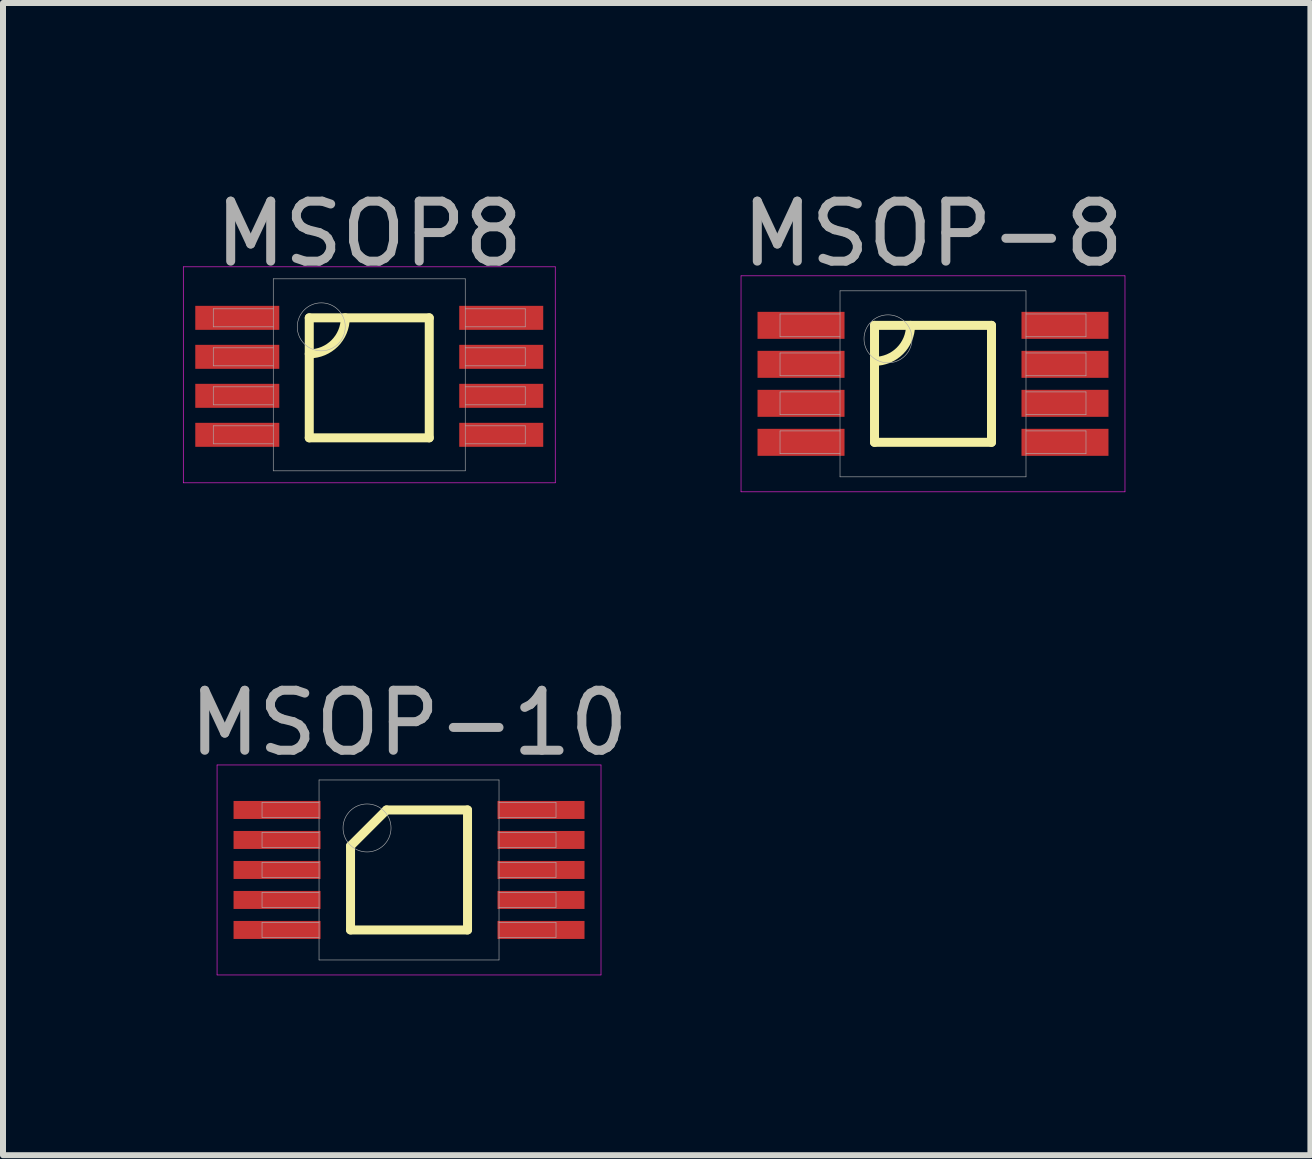
<source format=kicad_pcb>
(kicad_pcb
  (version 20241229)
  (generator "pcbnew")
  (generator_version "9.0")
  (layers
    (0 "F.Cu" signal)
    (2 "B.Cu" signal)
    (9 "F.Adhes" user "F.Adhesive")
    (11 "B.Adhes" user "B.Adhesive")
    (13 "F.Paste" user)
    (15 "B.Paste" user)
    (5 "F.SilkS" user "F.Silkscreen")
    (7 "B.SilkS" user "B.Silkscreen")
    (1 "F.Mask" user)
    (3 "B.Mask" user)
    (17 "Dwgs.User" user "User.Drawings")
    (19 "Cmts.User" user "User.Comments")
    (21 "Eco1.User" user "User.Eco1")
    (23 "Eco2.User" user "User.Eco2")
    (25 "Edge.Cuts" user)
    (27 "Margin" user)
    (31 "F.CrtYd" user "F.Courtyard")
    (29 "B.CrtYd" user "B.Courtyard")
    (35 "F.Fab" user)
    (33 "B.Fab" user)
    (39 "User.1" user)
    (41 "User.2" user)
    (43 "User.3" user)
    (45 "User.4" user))
  (footprint "MSOP-10"
    (layer "F.Cu")
    (at 3.768 11.451)
    (property "Reference" "MSOP-10" (at 0 -2.45 0) (layer "F.Fab") (effects (font (size 1 1) (thickness 0.15))))
    (attr smd)
    (fp_line (start -0.975 -0.4) (end -0.375 -1) (stroke (width 0.15) (type solid)) (layer "F.SilkS"))
    (fp_line (start -0.975 1) (end -0.975 -0.4) (stroke (width 0.15) (type solid)) (layer "F.SilkS"))
    (fp_line (start -0.375 -1) (end 0.975 -1) (stroke (width 0.15) (type solid)) (layer "F.SilkS"))
    (fp_line (start 0.975 -1) (end 0.975 1) (stroke (width 0.15) (type solid)) (layer "F.SilkS"))
    (fp_line (start 0.975 1) (end -0.975 1) (stroke (width 0.15) (type solid)) (layer "F.SilkS"))
    (fp_line (start -3.2 -1.75) (end 3.2 -1.75) (stroke (width 0.01) (type solid)) (layer "F.CrtYd"))
    (fp_line (start -3.2 1.75) (end -3.2 -1.75) (stroke (width 0.01) (type solid)) (layer "F.CrtYd"))
    (fp_line (start 3.2 -1.75) (end 3.2 1.75) (stroke (width 0.01) (type solid)) (layer "F.CrtYd"))
    (fp_line (start 3.2 1.75) (end -3.2 1.75) (stroke (width 0.01) (type solid)) (layer "F.CrtYd"))
    (fp_line (start -2.45 -1.125) (end -1.5 -1.125) (stroke (width 0.01) (type solid)) (layer "F.Fab"))
    (fp_line (start -2.45 -0.875) (end -2.45 -1.125) (stroke (width 0.01) (type solid)) (layer "F.Fab"))
    (fp_line (start -2.45 -0.625) (end -1.5 -0.625) (stroke (width 0.01) (type solid)) (layer "F.Fab"))
    (fp_line (start -2.45 -0.375) (end -2.45 -0.625) (stroke (width 0.01) (type solid)) (layer "F.Fab"))
    (fp_line (start -2.45 -0.125) (end -1.5 -0.125) (stroke (width 0.01) (type solid)) (layer "F.Fab"))
    (fp_line (start -2.45 0.125) (end -2.45 -0.125) (stroke (width 0.01) (type solid)) (layer "F.Fab"))
    (fp_line (start -2.45 0.375) (end -1.5 0.375) (stroke (width 0.01) (type solid)) (layer "F.Fab"))
    (fp_line (start -2.45 0.625) (end -2.45 0.375) (stroke (width 0.01) (type solid)) (layer "F.Fab"))
    (fp_line (start -2.45 0.875) (end -1.5 0.875) (stroke (width 0.01) (type solid)) (layer "F.Fab"))
    (fp_line (start -2.45 1.125) (end -2.45 0.875) (stroke (width 0.01) (type solid)) (layer "F.Fab"))
    (fp_line (start -1.5 -1.5) (end 1.5 -1.5) (stroke (width 0.01) (type solid)) (layer "F.Fab"))
    (fp_line (start -1.5 -0.875) (end -2.45 -0.875) (stroke (width 0.01) (type solid)) (layer "F.Fab"))
    (fp_line (start -1.5 -0.375) (end -2.45 -0.375) (stroke (width 0.01) (type solid)) (layer "F.Fab"))
    (fp_line (start -1.5 0.125) (end -2.45 0.125) (stroke (width 0.01) (type solid)) (layer "F.Fab"))
    (fp_line (start -1.5 0.625) (end -2.45 0.625) (stroke (width 0.01) (type solid)) (layer "F.Fab"))
    (fp_line (start -1.5 1.125) (end -2.45 1.125) (stroke (width 0.01) (type solid)) (layer "F.Fab"))
    (fp_line (start -1.5 1.5) (end -1.5 -1.5) (stroke (width 0.01) (type solid)) (layer "F.Fab"))
    (fp_line (start 1.5 -1.5) (end 1.5 1.5) (stroke (width 0.01) (type solid)) (layer "F.Fab"))
    (fp_line (start 1.5 -1.125) (end 2.45 -1.125) (stroke (width 0.01) (type solid)) (layer "F.Fab"))
    (fp_line (start 1.5 -0.625) (end 2.45 -0.625) (stroke (width 0.01) (type solid)) (layer "F.Fab"))
    (fp_line (start 1.5 -0.125) (end 2.45 -0.125) (stroke (width 0.01) (type solid)) (layer "F.Fab"))
    (fp_line (start 1.5 0.375) (end 2.45 0.375) (stroke (width 0.01) (type solid)) (layer "F.Fab"))
    (fp_line (start 1.5 0.875) (end 2.45 0.875) (stroke (width 0.01) (type solid)) (layer "F.Fab"))
    (fp_line (start 1.5 1.5) (end -1.5 1.5) (stroke (width 0.01) (type solid)) (layer "F.Fab"))
    (fp_line (start 2.45 -1.125) (end 2.45 -0.875) (stroke (width 0.01) (type solid)) (layer "F.Fab"))
    (fp_line (start 2.45 -0.875) (end 1.5 -0.875) (stroke (width 0.01) (type solid)) (layer "F.Fab"))
    (fp_line (start 2.45 -0.625) (end 2.45 -0.375) (stroke (width 0.01) (type solid)) (layer "F.Fab"))
    (fp_line (start 2.45 -0.375) (end 1.5 -0.375) (stroke (width 0.01) (type solid)) (layer "F.Fab"))
    (fp_line (start 2.45 -0.125) (end 2.45 0.125) (stroke (width 0.01) (type solid)) (layer "F.Fab"))
    (fp_line (start 2.45 0.125) (end 1.5 0.125) (stroke (width 0.01) (type solid)) (layer "F.Fab"))
    (fp_line (start 2.45 0.375) (end 2.45 0.625) (stroke (width 0.01) (type solid)) (layer "F.Fab"))
    (fp_line (start 2.45 0.625) (end 1.5 0.625) (stroke (width 0.01) (type solid)) (layer "F.Fab"))
    (fp_line (start 2.45 0.875) (end 2.45 1.125) (stroke (width 0.01) (type solid)) (layer "F.Fab"))
    (fp_line (start 2.45 1.125) (end 1.5 1.125) (stroke (width 0.01) (type solid)) (layer "F.Fab"))
    (fp_circle (center -0.7 -0.7) (end -0.7 -0.3) (stroke (width 0.01) (type solid)) (fill no) (layer "F.Fab"))
    (pad "1" smd rect (at -2.2 -1) (size 1.45 0.3) (layers "F.Cu" "F.Mask" "F.Paste"))
    (pad "2" smd rect (at -2.2 -0.5) (size 1.45 0.3) (layers "F.Cu" "F.Mask" "F.Paste"))
    (pad "3" smd rect (at -2.2 0) (size 1.45 0.3) (layers "F.Cu" "F.Mask" "F.Paste"))
    (pad "4" smd rect (at -2.2 0.5) (size 1.45 0.3) (layers "F.Cu" "F.Mask" "F.Paste"))
    (pad "5" smd rect (at -2.2 1) (size 1.45 0.3) (layers "F.Cu" "F.Mask" "F.Paste"))
    (pad "6" smd rect (at 2.2 1) (size 1.45 0.3) (layers "F.Cu" "F.Mask" "F.Paste"))
    (pad "7" smd rect (at 2.2 0.5) (size 1.45 0.3) (layers "F.Cu" "F.Mask" "F.Paste"))
    (pad "8" smd rect (at 2.2 0) (size 1.45 0.3) (layers "F.Cu" "F.Mask" "F.Paste"))
    (pad "9" smd rect (at 2.2 -0.5) (size 1.45 0.3) (layers "F.Cu" "F.Mask" "F.Paste"))
    (pad "10" smd rect (at 2.2 -1) (size 1.45 0.3) (layers "F.Cu" "F.Mask" "F.Paste")))
  (footprint "MSOP8"
    (layer "F.Cu")
    (at 3.105 3.223)
    (property "Reference" "MSOP8" (at 0 -2.375 0) (layer "F.Fab") (effects (font (size 1 1) (thickness 0.15))))
    (attr through_hole)
    (fp_line (start -1 -0.975) (end 1 -0.975) (stroke (width 0.15) (type solid)) (layer "F.SilkS"))
    (fp_line (start -1 1.025) (end -1 -0.975) (stroke (width 0.15) (type solid)) (layer "F.SilkS"))
    (fp_line (start 1 -0.975) (end 1 1.025) (stroke (width 0.15) (type solid)) (layer "F.SilkS"))
    (fp_line (start 1 1.025) (end -1 1.025) (stroke (width 0.15) (type solid)) (layer "F.SilkS"))
    (fp_arc (start -0.4 -0.975) (mid -0.575736 -0.550736) (end -1 -0.375) (stroke (width 0.15) (type solid)) (layer "F.SilkS"))
    (fp_line (start -3.1 -1.825) (end 3.1 -1.825) (stroke (width 0.01) (type solid)) (layer "F.CrtYd"))
    (fp_line (start -3.1 1.775) (end -3.1 -1.825) (stroke (width 0.01) (type solid)) (layer "F.CrtYd"))
    (fp_line (start 3.1 -1.825) (end 3.1 1.775) (stroke (width 0.01) (type solid)) (layer "F.CrtYd"))
    (fp_line (start 3.1 1.775) (end -3.1 1.775) (stroke (width 0.01) (type solid)) (layer "F.CrtYd"))
    (fp_line (start -2.6 -1.125) (end -2.6 -0.825) (stroke (width 0.01) (type solid)) (layer "F.Fab"))
    (fp_line (start -2.6 -0.825) (end -1.6 -0.825) (stroke (width 0.01) (type solid)) (layer "F.Fab"))
    (fp_line (start -2.6 -0.475) (end -2.6 -0.175) (stroke (width 0.01) (type solid)) (layer "F.Fab"))
    (fp_line (start -2.6 -0.175) (end -1.6 -0.175) (stroke (width 0.01) (type solid)) (layer "F.Fab"))
    (fp_line (start -2.6 0.175) (end -2.6 0.475) (stroke (width 0.01) (type solid)) (layer "F.Fab"))
    (fp_line (start -2.6 0.475) (end -1.6 0.475) (stroke (width 0.01) (type solid)) (layer "F.Fab"))
    (fp_line (start -2.6 0.825) (end -2.6 1.125) (stroke (width 0.01) (type solid)) (layer "F.Fab"))
    (fp_line (start -2.6 1.125) (end -1.6 1.125) (stroke (width 0.01) (type solid)) (layer "F.Fab"))
    (fp_line (start -1.6 -1.625) (end -1.6 1.575) (stroke (width 0.01) (type solid)) (layer "F.Fab"))
    (fp_line (start -1.6 -1.125) (end -2.6 -1.125) (stroke (width 0.01) (type solid)) (layer "F.Fab"))
    (fp_line (start -1.6 -0.475) (end -2.6 -0.475) (stroke (width 0.01) (type solid)) (layer "F.Fab"))
    (fp_line (start -1.6 0.175) (end -2.6 0.175) (stroke (width 0.01) (type solid)) (layer "F.Fab"))
    (fp_line (start -1.6 0.825) (end -2.6 0.825) (stroke (width 0.01) (type solid)) (layer "F.Fab"))
    (fp_line (start -1.6 1.575) (end 1.6 1.575) (stroke (width 0.01) (type solid)) (layer "F.Fab"))
    (fp_line (start 1.6 -1.625) (end -1.6 -1.625) (stroke (width 0.01) (type solid)) (layer "F.Fab"))
    (fp_line (start 1.6 -0.825) (end 2.6 -0.825) (stroke (width 0.01) (type solid)) (layer "F.Fab"))
    (fp_line (start 1.6 -0.175) (end 2.6 -0.175) (stroke (width 0.01) (type solid)) (layer "F.Fab"))
    (fp_line (start 1.6 0.475) (end 2.6 0.475) (stroke (width 0.01) (type solid)) (layer "F.Fab"))
    (fp_line (start 1.6 1.125) (end 2.6 1.125) (stroke (width 0.01) (type solid)) (layer "F.Fab"))
    (fp_line (start 1.6 1.575) (end 1.6 -1.625) (stroke (width 0.01) (type solid)) (layer "F.Fab"))
    (fp_line (start 2.6 -1.125) (end 1.6 -1.125) (stroke (width 0.01) (type solid)) (layer "F.Fab"))
    (fp_line (start 2.6 -0.825) (end 2.6 -1.125) (stroke (width 0.01) (type solid)) (layer "F.Fab"))
    (fp_line (start 2.6 -0.475) (end 1.6 -0.475) (stroke (width 0.01) (type solid)) (layer "F.Fab"))
    (fp_line (start 2.6 -0.175) (end 2.6 -0.475) (stroke (width 0.01) (type solid)) (layer "F.Fab"))
    (fp_line (start 2.6 0.175) (end 1.6 0.175) (stroke (width 0.01) (type solid)) (layer "F.Fab"))
    (fp_line (start 2.6 0.475) (end 2.6 0.175) (stroke (width 0.01) (type solid)) (layer "F.Fab"))
    (fp_line (start 2.6 0.825) (end 1.6 0.825) (stroke (width 0.01) (type solid)) (layer "F.Fab"))
    (fp_line (start 2.6 1.125) (end 2.6 0.825) (stroke (width 0.01) (type solid)) (layer "F.Fab"))
    (fp_circle (center -0.8 -0.825) (end -0.8 -1.225) (stroke (width 0.01) (type solid)) (fill no) (layer "F.Fab"))
    (pad "1" smd rect (at -2.2 -0.975) (size 1.4 0.4) (layers "F.Cu" "F.Mask" "F.Paste"))
    (pad "2" smd rect (at -2.2 -0.325) (size 1.4 0.4) (layers "F.Cu" "F.Mask" "F.Paste"))
    (pad "3" smd rect (at -2.2 0.325) (size 1.4 0.4) (layers "F.Cu" "F.Mask" "F.Paste"))
    (pad "4" smd rect (at -2.2 0.975) (size 1.4 0.4) (layers "F.Cu" "F.Mask" "F.Paste"))
    (pad "5" smd rect (at 2.2 0.975) (size 1.4 0.4) (layers "F.Cu" "F.Mask" "F.Paste"))
    (pad "6" smd rect (at 2.2 0.325) (size 1.4 0.4) (layers "F.Cu" "F.Mask" "F.Paste"))
    (pad "7" smd rect (at 2.2 -0.325) (size 1.4 0.4) (layers "F.Cu" "F.Mask" "F.Paste"))
    (pad "8" smd rect (at 2.2 -0.975) (size 1.4 0.4) (layers "F.Cu" "F.Mask" "F.Paste")))
  (footprint "MSOP-8"
    (layer "F.Cu")
    (at 12.502 3.348)
    (property "Reference" "MSOP-8" (at 0 -2.5 0) (layer "F.Fab") (effects (font (size 1 1) (thickness 0.15))))
    (attr through_hole)
    (fp_line (start -0.975 -0.975) (end 0.975 -0.975) (stroke (width 0.15) (type solid)) (layer "F.SilkS"))
    (fp_line (start -0.975 0.975) (end -0.975 -0.975) (stroke (width 0.15) (type solid)) (layer "F.SilkS"))
    (fp_line (start 0.975 -0.975) (end 0.975 0.975) (stroke (width 0.15) (type solid)) (layer "F.SilkS"))
    (fp_line (start 0.975 0.975) (end -0.975 0.975) (stroke (width 0.15) (type solid)) (layer "F.SilkS"))
    (fp_arc (start -0.375 -0.975) (mid -0.550736 -0.550736) (end -0.975 -0.375) (stroke (width 0.15) (type solid)) (layer "F.SilkS"))
    (fp_line (start -3.2 -1.8) (end 3.2 -1.8) (stroke (width 0.01) (type solid)) (layer "F.CrtYd"))
    (fp_line (start -3.2 1.8) (end -3.2 -1.8) (stroke (width 0.01) (type solid)) (layer "F.CrtYd"))
    (fp_line (start 3.2 -1.8) (end 3.2 1.8) (stroke (width 0.01) (type solid)) (layer "F.CrtYd"))
    (fp_line (start 3.2 1.8) (end -3.2 1.8) (stroke (width 0.01) (type solid)) (layer "F.CrtYd"))
    (fp_line (start -2.55 -1.165) (end -1.55 -1.165) (stroke (width 0.01) (type solid)) (layer "F.Fab"))
    (fp_line (start -2.55 -0.785) (end -2.55 -1.165) (stroke (width 0.01) (type solid)) (layer "F.Fab"))
    (fp_line (start -2.55 -0.515) (end -1.55 -0.515) (stroke (width 0.01) (type solid)) (layer "F.Fab"))
    (fp_line (start -2.55 -0.135) (end -2.55 -0.515) (stroke (width 0.01) (type solid)) (layer "F.Fab"))
    (fp_line (start -2.55 0.135) (end -1.55 0.135) (stroke (width 0.01) (type solid)) (layer "F.Fab"))
    (fp_line (start -2.55 0.515) (end -2.55 0.135) (stroke (width 0.01) (type solid)) (layer "F.Fab"))
    (fp_line (start -2.55 0.785) (end -1.55 0.785) (stroke (width 0.01) (type solid)) (layer "F.Fab"))
    (fp_line (start -2.55 1.165) (end -2.55 0.785) (stroke (width 0.01) (type solid)) (layer "F.Fab"))
    (fp_line (start -1.55 -1.55) (end 1.55 -1.55) (stroke (width 0.01) (type solid)) (layer "F.Fab"))
    (fp_line (start -1.55 -0.785) (end -2.55 -0.785) (stroke (width 0.01) (type solid)) (layer "F.Fab"))
    (fp_line (start -1.55 -0.135) (end -2.55 -0.135) (stroke (width 0.01) (type solid)) (layer "F.Fab"))
    (fp_line (start -1.55 0.515) (end -2.55 0.515) (stroke (width 0.01) (type solid)) (layer "F.Fab"))
    (fp_line (start -1.55 1.165) (end -2.55 1.165) (stroke (width 0.01) (type solid)) (layer "F.Fab"))
    (fp_line (start -1.55 1.55) (end -1.55 -1.55) (stroke (width 0.01) (type solid)) (layer "F.Fab"))
    (fp_line (start 1.55 -1.55) (end 1.55 1.55) (stroke (width 0.01) (type solid)) (layer "F.Fab"))
    (fp_line (start 1.55 -1.165) (end 2.55 -1.165) (stroke (width 0.01) (type solid)) (layer "F.Fab"))
    (fp_line (start 1.55 -0.515) (end 2.55 -0.515) (stroke (width 0.01) (type solid)) (layer "F.Fab"))
    (fp_line (start 1.55 0.135) (end 2.55 0.135) (stroke (width 0.01) (type solid)) (layer "F.Fab"))
    (fp_line (start 1.55 0.785) (end 2.55 0.785) (stroke (width 0.01) (type solid)) (layer "F.Fab"))
    (fp_line (start 1.55 1.55) (end -1.55 1.55) (stroke (width 0.01) (type solid)) (layer "F.Fab"))
    (fp_line (start 2.55 -1.165) (end 2.55 -0.785) (stroke (width 0.01) (type solid)) (layer "F.Fab"))
    (fp_line (start 2.55 -0.785) (end 1.55 -0.785) (stroke (width 0.01) (type solid)) (layer "F.Fab"))
    (fp_line (start 2.55 -0.515) (end 2.55 -0.135) (stroke (width 0.01) (type solid)) (layer "F.Fab"))
    (fp_line (start 2.55 -0.135) (end 1.55 -0.135) (stroke (width 0.01) (type solid)) (layer "F.Fab"))
    (fp_line (start 2.55 0.135) (end 2.55 0.515) (stroke (width 0.01) (type solid)) (layer "F.Fab"))
    (fp_line (start 2.55 0.515) (end 1.55 0.515) (stroke (width 0.01) (type solid)) (layer "F.Fab"))
    (fp_line (start 2.55 0.785) (end 2.55 1.165) (stroke (width 0.01) (type solid)) (layer "F.Fab"))
    (fp_line (start 2.55 1.165) (end 1.55 1.165) (stroke (width 0.01) (type solid)) (layer "F.Fab"))
    (fp_circle (center -0.75 -0.75) (end -0.75 -0.35) (stroke (width 0.01) (type solid)) (fill no) (layer "F.Fab"))
    (pad "1" smd rect (at -2.2 -0.975) (size 1.45 0.45) (layers "F.Cu" "F.Mask" "F.Paste"))
    (pad "2" smd rect (at -2.2 -0.325) (size 1.45 0.45) (layers "F.Cu" "F.Mask" "F.Paste"))
    (pad "3" smd rect (at -2.2 0.325) (size 1.45 0.45) (layers "F.Cu" "F.Mask" "F.Paste"))
    (pad "4" smd rect (at -2.2 0.975) (size 1.45 0.45) (layers "F.Cu" "F.Mask" "F.Paste"))
    (pad "5" smd rect (at 2.2 0.975) (size 1.45 0.45) (layers "F.Cu" "F.Mask" "F.Paste"))
    (pad "6" smd rect (at 2.2 0.325) (size 1.45 0.45) (layers "F.Cu" "F.Mask" "F.Paste"))
    (pad "7" smd rect (at 2.2 -0.325) (size 1.45 0.45) (layers "F.Cu" "F.Mask" "F.Paste"))
    (pad "8" smd rect (at 2.2 -0.975) (size 1.45 0.45) (layers "F.Cu" "F.Mask" "F.Paste")))
  (gr_rect
    (start -3 -3)
    (end 18.793 16.206)
    (stroke (width 0.1) (type default))
    (fill no)
    (layer "Edge.Cuts")))
</source>
